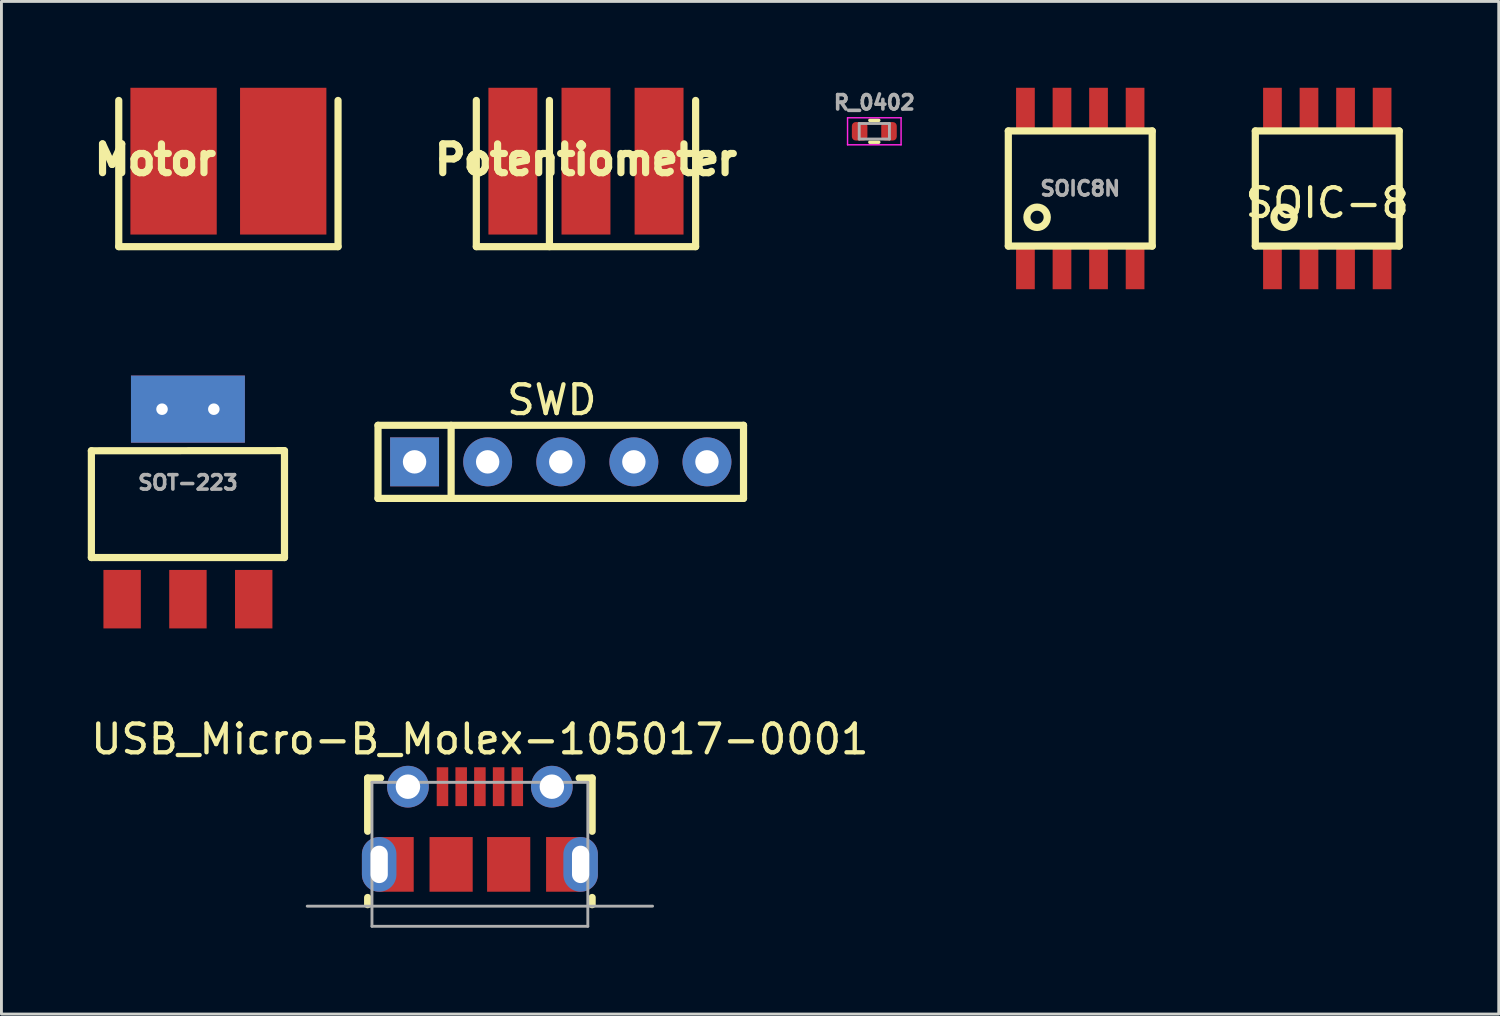
<source format=kicad_pcb>
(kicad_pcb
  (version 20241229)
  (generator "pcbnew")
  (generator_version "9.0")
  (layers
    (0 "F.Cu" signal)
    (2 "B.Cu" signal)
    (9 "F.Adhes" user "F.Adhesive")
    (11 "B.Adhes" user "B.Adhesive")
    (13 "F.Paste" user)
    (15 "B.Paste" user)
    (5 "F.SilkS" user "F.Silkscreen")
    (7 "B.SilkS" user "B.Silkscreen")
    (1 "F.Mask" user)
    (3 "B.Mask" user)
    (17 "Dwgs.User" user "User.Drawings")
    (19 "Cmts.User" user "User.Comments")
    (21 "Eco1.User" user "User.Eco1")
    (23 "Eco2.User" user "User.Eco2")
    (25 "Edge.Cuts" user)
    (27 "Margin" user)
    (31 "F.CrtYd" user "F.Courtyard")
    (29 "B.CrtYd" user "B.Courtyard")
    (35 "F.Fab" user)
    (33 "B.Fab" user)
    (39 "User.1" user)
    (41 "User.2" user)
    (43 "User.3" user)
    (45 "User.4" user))
  (footprint "Motor"
    (layer "F.Cu")
    (at 1.076 4.25)
    (property "Reference" "Motor" (at 1.27 -1.75 0) (layer "F.SilkS") (effects (font (size 1 1) (thickness 0.25))))
    (attr through_hole)
    (fp_line (start 0 -3.81) (end 0 1.27) (stroke (width 0.25) (type solid)) (layer "F.SilkS"))
    (fp_line (start 0 1.27) (end 7.62 1.27) (stroke (width 0.25) (type solid)) (layer "F.SilkS"))
    (fp_line (start 7.62 1.27) (end 7.62 -3.81) (stroke (width 0.25) (type solid)) (layer "F.SilkS"))
    (pad "1" smd rect (at 1.905 -1.7) (size 3 5.1) (layers "F.Cu" "F.Mask"))
    (pad "2" smd rect (at 5.715 -1.7) (size 3 5.1) (layers "F.Cu" "F.Mask")))
  (footprint "Potentiometer"
    (layer "F.Cu")
    (at 16.041 4.25)
    (property "Reference" "Potentiometer" (at 1.27 -1.75 0) (layer "F.SilkS") (effects (font (size 1 1) (thickness 0.25))))
    (attr through_hole)
    (fp_line (start -2.54 -3.81) (end -2.54 1.27) (stroke (width 0.25) (type solid)) (layer "F.SilkS"))
    (fp_line (start -2.54 1.27) (end 5.08 1.27) (stroke (width 0.25) (type solid)) (layer "F.SilkS"))
    (fp_line (start 0 -3.81) (end 0 1.27) (stroke (width 0.25) (type solid)) (layer "F.SilkS"))
    (fp_line (start 5.08 1.27) (end 5.08 -3.81) (stroke (width 0.25) (type solid)) (layer "F.SilkS"))
    (pad "1" smd rect (at -1.27 -1.7) (size 1.7 5.1) (layers "F.Cu" "F.Mask"))
    (pad "2" smd rect (at 1.27 -1.7) (size 1.7 5.1) (layers "F.Cu" "F.Mask"))
    (pad "3" smd rect (at 3.81 -1.7) (size 1.7 5.1) (layers "F.Cu" "F.Mask")))
  (footprint "R_0402"
    (layer "F.Cu")
    (at 27.33 1.512)
    (property "Reference" "R_0402" (at 0 -1 0) (layer "F.Fab") (effects (font (size 0.5 0.5) (thickness 0.125))))
    (attr smd)
    (fp_line (start -0.154 -0.38) (end 0.154 -0.38) (stroke (width 0.12) (type solid)) (layer "F.SilkS"))
    (fp_line (start -0.154 0.38) (end 0.154 0.38) (stroke (width 0.12) (type solid)) (layer "F.SilkS"))
    (fp_line (start -0.93 -0.47) (end 0.93 -0.47) (stroke (width 0.05) (type solid)) (layer "F.CrtYd"))
    (fp_line (start -0.93 0.47) (end -0.93 -0.47) (stroke (width 0.05) (type solid)) (layer "F.CrtYd"))
    (fp_line (start 0.93 -0.47) (end 0.93 0.47) (stroke (width 0.05) (type solid)) (layer "F.CrtYd"))
    (fp_line (start 0.93 0.47) (end -0.93 0.47) (stroke (width 0.05) (type solid)) (layer "F.CrtYd"))
    (fp_line (start -0.525 -0.27) (end 0.525 -0.27) (stroke (width 0.1) (type solid)) (layer "F.Fab"))
    (fp_line (start -0.525 0.27) (end -0.525 -0.27) (stroke (width 0.1) (type solid)) (layer "F.Fab"))
    (fp_line (start 0.525 -0.27) (end 0.525 0.27) (stroke (width 0.1) (type solid)) (layer "F.Fab"))
    (fp_line (start 0.525 0.27) (end -0.525 0.27) (stroke (width 0.1) (type solid)) (layer "F.Fab"))
    (pad "1" smd roundrect (at -0.51 0) (size 0.54 0.64) (layers "F.Cu" "F.Mask" "F.Paste") (roundrect_rratio 0.25))
    (pad "2" smd roundrect (at 0.51 0) (size 0.54 0.64) (layers "F.Cu" "F.Mask" "F.Paste") (roundrect_rratio 0.25)))
  (footprint "SOIC8N"
    (layer "F.Cu")
    (at 34.486 3.5)
    (property "Reference" "SOIC8N" (at 0 0 0) (layer "F.Fab") (effects (font (size 0.5 0.5) (thickness 0.125))))
    (attr through_hole)
    (fp_line (start -2.5 -2) (end -2.5 2) (stroke (width 0.25) (type solid)) (layer "F.SilkS"))
    (fp_line (start -2.5 2) (end 2.5 2) (stroke (width 0.25) (type solid)) (layer "F.SilkS"))
    (fp_line (start 2.5 -2) (end -2.5 -2) (stroke (width 0.25) (type solid)) (layer "F.SilkS"))
    (fp_line (start 2.5 2) (end 2.5 -2) (stroke (width 0.25) (type solid)) (layer "F.SilkS"))
    (fp_circle (center -1.5 1) (end -1.25 1.25) (stroke (width 0.25) (type solid)) (fill no) (layer "F.SilkS"))
    (pad "1" smd rect (at -1.905 2.7) (size 0.65 1.6) (layers "F.Cu" "F.Mask" "F.Paste"))
    (pad "2" smd rect (at -0.635 2.7) (size 0.65 1.6) (layers "F.Cu" "F.Mask" "F.Paste"))
    (pad "3" smd rect (at 0.635 2.7) (size 0.65 1.6) (layers "F.Cu" "F.Mask" "F.Paste"))
    (pad "4" smd rect (at 1.905 2.7) (size 0.65 1.6) (layers "F.Cu" "F.Mask" "F.Paste"))
    (pad "5" smd rect (at 1.905 -2.7) (size 0.65 1.6) (layers "F.Cu" "F.Mask" "F.Paste"))
    (pad "6" smd rect (at 0.635 -2.7) (size 0.65 1.6) (layers "F.Cu" "F.Mask" "F.Paste"))
    (pad "7" smd rect (at -0.635 -2.7) (size 0.65 1.6) (layers "F.Cu" "F.Mask" "F.Paste"))
    (pad "8" smd rect (at -1.905 -2.7) (size 0.65 1.6) (layers "F.Cu" "F.Mask" "F.Paste")))
  (footprint "SWD"
    (layer "F.Cu")
    (at 12.625 12.998)
    (property "Reference" "SWD" (at 3.5 -2.15 0) (layer "F.SilkS") (effects (font (size 1 1) (thickness 0.15))))
    (attr through_hole)
    (fp_line (start -2.54 -1.27) (end 10.16 -1.27) (stroke (width 0.25) (type solid)) (layer "F.SilkS"))
    (fp_line (start -2.54 1.27) (end -2.54 -1.27) (stroke (width 0.25) (type solid)) (layer "F.SilkS"))
    (fp_line (start 0 -1.27) (end 0 1.27) (stroke (width 0.25) (type solid)) (layer "F.SilkS"))
    (fp_line (start 10.16 -1.27) (end 10.16 1.27) (stroke (width 0.25) (type solid)) (layer "F.SilkS"))
    (fp_line (start 10.16 1.27) (end -2.54 1.27) (stroke (width 0.25) (type solid)) (layer "F.SilkS"))
    (pad "1" thru_hole rect (at -1.27 0) (size 1.7 1.7) (drill 0.813) (layers "*.Cu" "*.Mask"))
    (pad "2" thru_hole circle (at 1.27 0) (size 1.7 1.7) (drill 0.813) (layers "*.Cu" "*.Mask"))
    (pad "3" thru_hole circle (at 3.81 0) (size 1.7 1.7) (drill 0.813) (layers "*.Cu" "*.Mask"))
    (pad "4" thru_hole circle (at 6.35 0) (size 1.7 1.7) (drill 0.813) (layers "*.Cu" "*.Mask"))
    (pad "5" thru_hole circle (at 8.89 0) (size 1.7 1.7) (drill 0.813) (layers "*.Cu" "*.Mask")))
  (footprint "SOT-223"
    (layer "F.Cu")
    (at 3.48 14.468)
    (property "Reference" "SOT-223" (at 0 -0.75 0) (layer "F.Fab") (effects (font (size 0.5 0.5) (thickness 0.125))))
    (attr smd)
    (fp_line (start -3.355 1.855) (end -3.355 -1.855) (stroke (width 0.25) (type solid)) (layer "F.SilkS"))
    (fp_line (start -3.355 1.855) (end 3.355 1.855) (stroke (width 0.25) (type solid)) (layer "F.SilkS"))
    (fp_line (start 3.355 -1.86) (end -3.355 -1.855) (stroke (width 0.25) (type solid)) (layer "F.SilkS"))
    (fp_line (start 3.355 -1.855) (end 3.355 1.855) (stroke (width 0.25) (type solid)) (layer "F.SilkS"))
    (pad "1" smd rect (at -2.286 3.302) (size 1.3 2.032) (layers "F.Cu" "F.Mask" "F.Paste"))
    (pad "2" smd rect (at 0 3.302) (size 1.3 2.032) (layers "F.Cu" "F.Mask" "F.Paste"))
    (pad "3" smd rect (at 2.286 3.302) (size 1.3 2.032) (layers "F.Cu" "F.Mask" "F.Paste"))
    (pad "4" thru_hole circle (at -0.9 -3.3) (size 0.8 0.8) (drill 0.4) (layers "*.Cu"))
    (pad "4" smd rect (at 0 -3.302) (size 3.958 2.332) (layers "F.Cu" "F.Mask" "F.Paste"))
    (pad "4" smd rect (at 0 -3.302) (size 3.958 2.332) (layers "B.Cu" "B.Mask"))
    (pad "4" thru_hole circle (at 0.9 -3.3) (size 0.8 0.8) (drill 0.4) (layers "*.Cu")))
  (footprint "SOIC-8"
    (layer "F.Cu")
    (at 43.069 3.5)
    (property "Reference" "SOIC-8" (at 0 0.5 0) (layer "F.SilkS") (effects (font (size 1 1) (thickness 0.15))))
    (attr through_hole)
    (fp_line (start -2.5 -2) (end -2.5 2) (stroke (width 0.25) (type solid)) (layer "F.SilkS"))
    (fp_line (start -2.5 2) (end 2.5 2) (stroke (width 0.25) (type solid)) (layer "F.SilkS"))
    (fp_line (start 2.5 -2) (end -2.5 -2) (stroke (width 0.25) (type solid)) (layer "F.SilkS"))
    (fp_line (start 2.5 2) (end 2.5 -2) (stroke (width 0.25) (type solid)) (layer "F.SilkS"))
    (fp_circle (center -1.5 1) (end -1.25 1.25) (stroke (width 0.25) (type solid)) (fill no) (layer "F.SilkS"))
    (pad "1" smd rect (at -1.905 2.7) (size 0.65 1.6) (layers "F.Cu" "F.Mask" "F.Paste"))
    (pad "2" smd rect (at -0.635 2.7) (size 0.65 1.6) (layers "F.Cu" "F.Mask" "F.Paste"))
    (pad "3" smd rect (at 0.635 2.7) (size 0.65 1.6) (layers "F.Cu" "F.Mask" "F.Paste"))
    (pad "4" smd rect (at 1.905 2.7) (size 0.65 1.6) (layers "F.Cu" "F.Mask" "F.Paste"))
    (pad "5" smd rect (at 1.905 -2.7) (size 0.65 1.6) (layers "F.Cu" "F.Mask" "F.Paste"))
    (pad "6" smd rect (at 0.635 -2.7) (size 0.65 1.6) (layers "F.Cu" "F.Mask" "F.Paste"))
    (pad "7" smd rect (at -0.635 -2.7) (size 0.65 1.6) (layers "F.Cu" "F.Mask" "F.Paste"))
    (pad "8" smd rect (at -1.905 -2.7) (size 0.65 1.6) (layers "F.Cu" "F.Mask" "F.Paste")))
  (footprint "USB_Micro-B_Molex-105017-0001"
    (layer "F.Cu")
    (at 13.625 25.747)
    (property "Reference" "USB_Micro-B_Molex-105017-0001" (at 0 -3.112 0) (layer "F.SilkS") (effects (font (size 1 1) (thickness 0.15))))
    (attr smd)
    (fp_line (start -3.9 -1.762) (end -3.45 -1.762) (stroke (width 0.25) (type solid)) (layer "F.SilkS"))
    (fp_line (start -3.9 0.087) (end -3.9 -1.762) (stroke (width 0.25) (type solid)) (layer "F.SilkS"))
    (fp_line (start -3.9 2.638) (end -3.9 2.388) (stroke (width 0.25) (type solid)) (layer "F.SilkS"))
    (fp_line (start 3.9 -1.762) (end 3.45 -1.762) (stroke (width 0.25) (type solid)) (layer "F.SilkS"))
    (fp_line (start 3.9 0.087) (end 3.9 -1.762) (stroke (width 0.25) (type solid)) (layer "F.SilkS"))
    (fp_line (start 3.9 2.638) (end 3.9 2.388) (stroke (width 0.25) (type solid)) (layer "F.SilkS"))
    (fp_line (start -6 2.689) (end 6 2.689) (stroke (width 0.1) (type solid)) (layer "F.Fab"))
    (fp_line (start -3.75 -1.613) (end 3.75 -1.613) (stroke (width 0.1) (type solid)) (layer "F.Fab"))
    (fp_line (start -3.75 3.388) (end -3.75 -1.613) (stroke (width 0.1) (type solid)) (layer "F.Fab"))
    (fp_line (start -3.75 3.389) (end 3.75 3.389) (stroke (width 0.1) (type solid)) (layer "F.Fab"))
    (fp_line (start 3.75 3.388) (end 3.75 -1.613) (stroke (width 0.1) (type solid)) (layer "F.Fab"))
    (pad "1" smd rect (at -1.3 -1.462) (size 0.4 1.35) (layers "F.Cu" "F.Mask" "F.Paste"))
    (pad "2" smd rect (at -0.65 -1.462) (size 0.4 1.35) (layers "F.Cu" "F.Mask" "F.Paste"))
    (pad "3" smd rect (at 0 -1.462) (size 0.4 1.35) (layers "F.Cu" "F.Mask" "F.Paste"))
    (pad "4" smd rect (at 0.65 -1.462) (size 0.4 1.35) (layers "F.Cu" "F.Mask" "F.Paste"))
    (pad "5" smd rect (at 1.3 -1.462) (size 0.4 1.35) (layers "F.Cu" "F.Mask" "F.Paste"))
    (pad "6" thru_hole oval (at -3.5 1.238 180) (size 1.2 1.9) (drill oval 0.6 1.3) (layers "*.Cu" "*.Mask"))
    (pad "6" smd rect (at -2.9 1.238) (size 1.2 1.9) (layers "F.Cu" "F.Mask"))
    (pad "6" thru_hole circle (at -2.5 -1.462) (size 1.45 1.45) (drill 0.85) (layers "*.Cu" "*.Mask"))
    (pad "6" smd rect (at -1 1.238) (size 1.5 1.9) (layers "F.Cu" "F.Mask" "F.Paste"))
    (pad "6" smd rect (at 1 1.238) (size 1.5 1.9) (layers "F.Cu" "F.Mask" "F.Paste"))
    (pad "6" thru_hole circle (at 2.5 -1.462) (size 1.45 1.45) (drill 0.85) (layers "*.Cu" "*.Mask"))
    (pad "6" smd rect (at 2.9 1.238) (size 1.2 1.9) (layers "F.Cu" "F.Mask"))
    (pad "6" thru_hole oval (at 3.5 1.238) (size 1.2 1.9) (drill oval 0.6 1.3) (layers "*.Cu" "*.Mask")))
  (gr_rect
    (start -3 -3)
    (end 49.027 32.186)
    (stroke (width 0.1) (type default))
    (fill no)
    (layer "Edge.Cuts")))
</source>
